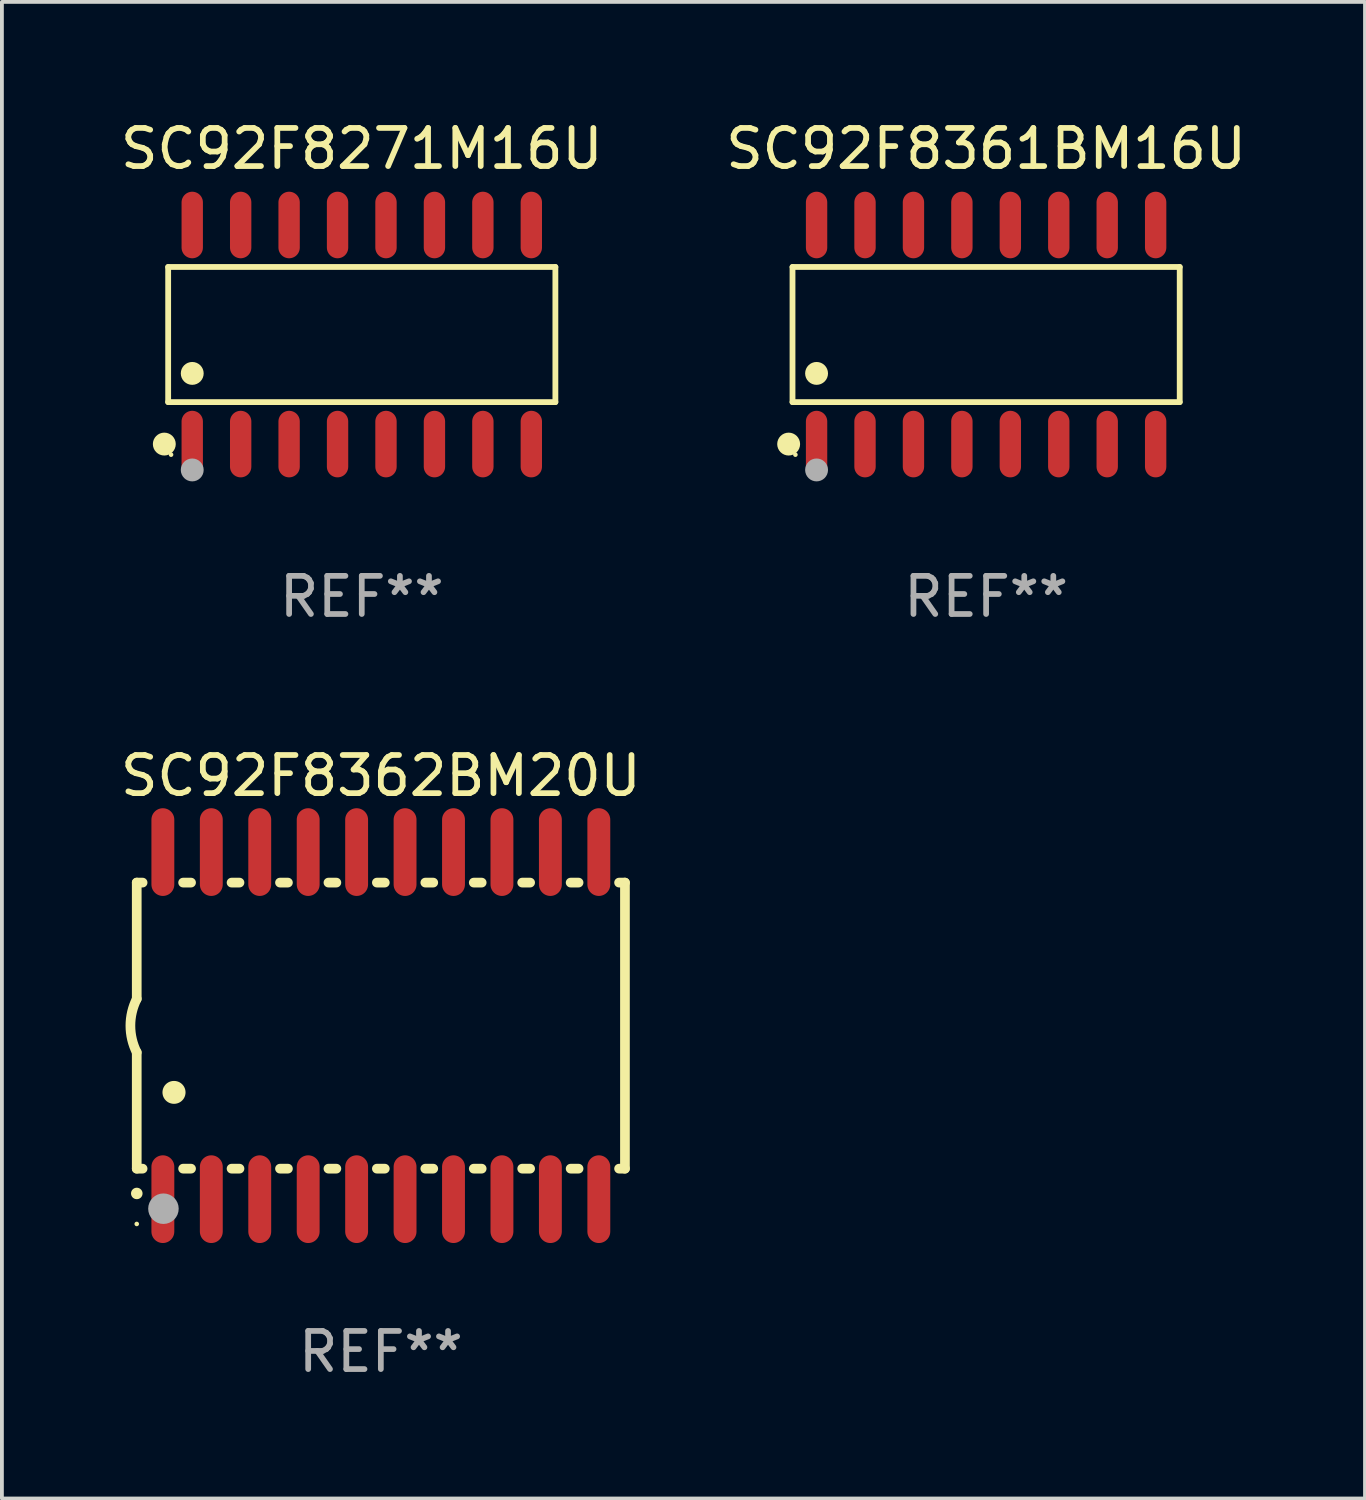
<source format=kicad_pcb>
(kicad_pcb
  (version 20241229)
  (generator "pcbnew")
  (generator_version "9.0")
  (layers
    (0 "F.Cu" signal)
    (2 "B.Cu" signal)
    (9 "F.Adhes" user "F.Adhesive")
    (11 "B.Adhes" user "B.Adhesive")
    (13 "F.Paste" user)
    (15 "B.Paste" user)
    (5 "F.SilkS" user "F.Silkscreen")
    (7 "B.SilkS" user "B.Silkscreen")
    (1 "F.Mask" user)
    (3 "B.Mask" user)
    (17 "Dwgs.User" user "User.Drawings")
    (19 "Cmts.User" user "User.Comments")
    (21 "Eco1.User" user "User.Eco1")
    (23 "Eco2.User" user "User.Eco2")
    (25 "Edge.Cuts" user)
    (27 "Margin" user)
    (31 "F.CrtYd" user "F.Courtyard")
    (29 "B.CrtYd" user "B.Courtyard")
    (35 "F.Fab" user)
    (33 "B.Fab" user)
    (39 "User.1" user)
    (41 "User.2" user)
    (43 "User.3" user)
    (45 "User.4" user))
  (footprint "SC92F8362BM20U"
    (layer "F.Cu")
    (at 6.935 23.84)
    (property "Reference" "SC92F8362BM20U" (at 0 -6.55 0) (layer "F.SilkS") (effects (font (size 1 1) (thickness 0.15))))
    (attr through_hole)
    (fp_line (start -6.4 -3.75) (end -6.4 -0.7) (stroke (width 0.254) (type solid)) (layer "F.SilkS"))
    (fp_line (start -6.4 -3.75) (end -6.246 -3.75) (stroke (width 0.254) (type solid)) (layer "F.SilkS"))
    (fp_line (start -6.4 3.75) (end -6.4 0.7) (stroke (width 0.254) (type solid)) (layer "F.SilkS"))
    (fp_line (start -6.246 3.75) (end -6.4 3.75) (stroke (width 0.254) (type solid)) (layer "F.SilkS"))
    (fp_line (start -5.184 -3.75) (end -4.976 -3.75) (stroke (width 0.254) (type solid)) (layer "F.SilkS"))
    (fp_line (start -4.976 3.75) (end -5.184 3.75) (stroke (width 0.254) (type solid)) (layer "F.SilkS"))
    (fp_line (start -3.914 -3.75) (end -3.706 -3.75) (stroke (width 0.254) (type solid)) (layer "F.SilkS"))
    (fp_line (start -3.706 3.75) (end -3.914 3.75) (stroke (width 0.254) (type solid)) (layer "F.SilkS"))
    (fp_line (start -2.644 -3.75) (end -2.436 -3.75) (stroke (width 0.254) (type solid)) (layer "F.SilkS"))
    (fp_line (start -2.436 3.75) (end -2.644 3.75) (stroke (width 0.254) (type solid)) (layer "F.SilkS"))
    (fp_line (start -1.374 -3.75) (end -1.166 -3.75) (stroke (width 0.254) (type solid)) (layer "F.SilkS"))
    (fp_line (start -1.166 3.75) (end -1.374 3.75) (stroke (width 0.254) (type solid)) (layer "F.SilkS"))
    (fp_line (start -0.104 -3.75) (end 0.104 -3.75) (stroke (width 0.254) (type solid)) (layer "F.SilkS"))
    (fp_line (start 0.104 3.75) (end -0.104 3.75) (stroke (width 0.254) (type solid)) (layer "F.SilkS"))
    (fp_line (start 1.166 -3.75) (end 1.374 -3.75) (stroke (width 0.254) (type solid)) (layer "F.SilkS"))
    (fp_line (start 1.374 3.75) (end 1.166 3.75) (stroke (width 0.254) (type solid)) (layer "F.SilkS"))
    (fp_line (start 2.436 -3.75) (end 2.644 -3.75) (stroke (width 0.254) (type solid)) (layer "F.SilkS"))
    (fp_line (start 2.644 3.75) (end 2.436 3.75) (stroke (width 0.254) (type solid)) (layer "F.SilkS"))
    (fp_line (start 3.706 -3.75) (end 3.914 -3.75) (stroke (width 0.254) (type solid)) (layer "F.SilkS"))
    (fp_line (start 3.914 3.75) (end 3.706 3.75) (stroke (width 0.254) (type solid)) (layer "F.SilkS"))
    (fp_line (start 4.976 -3.75) (end 5.184 -3.75) (stroke (width 0.254) (type solid)) (layer "F.SilkS"))
    (fp_line (start 5.184 3.75) (end 4.976 3.75) (stroke (width 0.254) (type solid)) (layer "F.SilkS"))
    (fp_line (start 6.246 -3.75) (end 6.4 -3.75) (stroke (width 0.254) (type solid)) (layer "F.SilkS"))
    (fp_line (start 6.4 -3.75) (end 6.4 3.75) (stroke (width 0.254) (type solid)) (layer "F.SilkS"))
    (fp_line (start 6.4 3.75) (end 6.246 3.75) (stroke (width 0.254) (type solid)) (layer "F.SilkS"))
    (fp_arc (start -6.400812 0.701041) (mid -6.565912 0.000428) (end -6.400025 -0.7) (stroke (width 0.254001) (type solid)) (layer "F.SilkS"))
    (fp_arc (start -6.400025 4.4) (mid -6.398755 4.399995) (end -6.397485 4.4) (stroke (width 0.3) (type solid)) (layer "F.SilkS"))
    (fp_arc (start -5.425451 1.750064) (mid -5.422911 1.750053) (end -5.420371 1.750064) (stroke (width 0.6) (type solid)) (layer "F.SilkS"))
    (fp_circle (center -6.4 5.2) (end -6.37 5.2) (stroke (width 0.06) (type solid)) (fill no) (layer "F.SilkS"))
    (fp_circle (center -5.7 4.8) (end -5.5 4.8) (stroke (width 0.4) (type solid)) (fill no) (layer "F.Fab"))
    (fp_text user "REF**" (at 0 8.55 0) (layer "F.Fab") (effects (font (size 1 1) (thickness 0.15))))
    (pad "1" smd oval (at -5.715 4.55 180) (size 0.6 2.3) (layers "F.Cu" "F.Mask" "F.Paste"))
    (pad "2" smd oval (at -4.445 4.55 180) (size 0.6 2.3) (layers "F.Cu" "F.Mask" "F.Paste"))
    (pad "3" smd oval (at -3.175 4.55 180) (size 0.6 2.3) (layers "F.Cu" "F.Mask" "F.Paste"))
    (pad "4" smd oval (at -1.905 4.55 180) (size 0.6 2.3) (layers "F.Cu" "F.Mask" "F.Paste"))
    (pad "5" smd oval (at -0.635 4.55 180) (size 0.6 2.3) (layers "F.Cu" "F.Mask" "F.Paste"))
    (pad "6" smd oval (at 0.635 4.55 180) (size 0.6 2.3) (layers "F.Cu" "F.Mask" "F.Paste"))
    (pad "7" smd oval (at 1.905 4.55 180) (size 0.6 2.3) (layers "F.Cu" "F.Mask" "F.Paste"))
    (pad "8" smd oval (at 3.175 4.55 180) (size 0.6 2.3) (layers "F.Cu" "F.Mask" "F.Paste"))
    (pad "9" smd oval (at 4.445 4.55 180) (size 0.6 2.3) (layers "F.Cu" "F.Mask" "F.Paste"))
    (pad "10" smd oval (at 5.715 4.55 180) (size 0.6 2.3) (layers "F.Cu" "F.Mask" "F.Paste"))
    (pad "11" smd oval (at 5.715 -4.55 180) (size 0.6 2.3) (layers "F.Cu" "F.Mask" "F.Paste"))
    (pad "12" smd oval (at 4.445 -4.55 180) (size 0.6 2.3) (layers "F.Cu" "F.Mask" "F.Paste"))
    (pad "13" smd oval (at 3.175 -4.55 180) (size 0.6 2.3) (layers "F.Cu" "F.Mask" "F.Paste"))
    (pad "14" smd oval (at 1.905 -4.55 180) (size 0.6 2.3) (layers "F.Cu" "F.Mask" "F.Paste"))
    (pad "15" smd oval (at 0.635 -4.55 180) (size 0.6 2.3) (layers "F.Cu" "F.Mask" "F.Paste"))
    (pad "16" smd oval (at -0.635 -4.55 180) (size 0.6 2.3) (layers "F.Cu" "F.Mask" "F.Paste"))
    (pad "17" smd oval (at -1.905 -4.55 180) (size 0.6 2.3) (layers "F.Cu" "F.Mask" "F.Paste"))
    (pad "18" smd oval (at -3.175 -4.55 180) (size 0.6 2.3) (layers "F.Cu" "F.Mask" "F.Paste"))
    (pad "19" smd oval (at -4.445 -4.55 180) (size 0.6 2.3) (layers "F.Cu" "F.Mask" "F.Paste"))
    (pad "20" smd oval (at -5.715 -4.55 180) (size 0.6 2.3) (layers "F.Cu" "F.Mask" "F.Paste")))
  (footprint "SC92F8361BM16U"
    (layer "F.Cu")
    (at 22.804 5.721)
    (property "Reference" "SC92F8361BM16U" (at 0 -4.872 0) (layer "F.SilkS") (effects (font (size 1 1) (thickness 0.15))))
    (attr through_hole)
    (fp_line (start -5.076 -1.771) (end 5.076 -1.771) (stroke (width 0.152) (type solid)) (layer "F.SilkS"))
    (fp_line (start -5.076 1.771) (end -5.076 -1.771) (stroke (width 0.152) (type solid)) (layer "F.SilkS"))
    (fp_line (start 5.076 -1.771) (end 5.076 1.771) (stroke (width 0.152) (type solid)) (layer "F.SilkS"))
    (fp_line (start 5.076 1.771) (end -5.076 1.771) (stroke (width 0.152) (type solid)) (layer "F.SilkS"))
    (fp_circle (center -5.177 2.872) (end -5.027 2.872) (stroke (width 0.3) (type solid)) (fill no) (layer "F.SilkS"))
    (fp_circle (center -5 3.15) (end -4.97 3.15) (stroke (width 0.06) (type solid)) (fill no) (layer "F.SilkS"))
    (fp_circle (center -4.445 1.019) (end -4.295 1.019) (stroke (width 0.3) (type solid)) (fill no) (layer "F.SilkS"))
    (fp_circle (center -4.445 3.55) (end -4.295 3.55) (stroke (width 0.3) (type solid)) (fill no) (layer "F.Fab"))
    (fp_text user "REF**" (at 0 6.872 0) (layer "F.Fab") (effects (font (size 1 1) (thickness 0.15))))
    (pad "1" smd oval (at -4.445 2.872) (size 0.56 1.745) (layers "F.Cu" "F.Mask" "F.Paste"))
    (pad "2" smd oval (at -3.175 2.872) (size 0.56 1.745) (layers "F.Cu" "F.Mask" "F.Paste"))
    (pad "3" smd oval (at -1.905 2.872) (size 0.56 1.745) (layers "F.Cu" "F.Mask" "F.Paste"))
    (pad "4" smd oval (at -0.635 2.872) (size 0.56 1.745) (layers "F.Cu" "F.Mask" "F.Paste"))
    (pad "5" smd oval (at 0.635 2.872) (size 0.56 1.745) (layers "F.Cu" "F.Mask" "F.Paste"))
    (pad "6" smd oval (at 1.905 2.872) (size 0.56 1.745) (layers "F.Cu" "F.Mask" "F.Paste"))
    (pad "7" smd oval (at 3.175 2.872) (size 0.56 1.745) (layers "F.Cu" "F.Mask" "F.Paste"))
    (pad "8" smd oval (at 4.445 2.872) (size 0.56 1.745) (layers "F.Cu" "F.Mask" "F.Paste"))
    (pad "9" smd oval (at 4.445 -2.872) (size 0.56 1.745) (layers "F.Cu" "F.Mask" "F.Paste"))
    (pad "10" smd oval (at 3.175 -2.872) (size 0.56 1.745) (layers "F.Cu" "F.Mask" "F.Paste"))
    (pad "11" smd oval (at 1.905 -2.872) (size 0.56 1.745) (layers "F.Cu" "F.Mask" "F.Paste"))
    (pad "12" smd oval (at 0.635 -2.872) (size 0.56 1.745) (layers "F.Cu" "F.Mask" "F.Paste"))
    (pad "13" smd oval (at -0.635 -2.872) (size 0.56 1.745) (layers "F.Cu" "F.Mask" "F.Paste"))
    (pad "14" smd oval (at -1.905 -2.872) (size 0.56 1.745) (layers "F.Cu" "F.Mask" "F.Paste"))
    (pad "15" smd oval (at -3.175 -2.872) (size 0.56 1.745) (layers "F.Cu" "F.Mask" "F.Paste"))
    (pad "16" smd oval (at -4.445 -2.872) (size 0.56 1.745) (layers "F.Cu" "F.Mask" "F.Paste")))
  (footprint "SC92F8271M16U"
    (layer "F.Cu")
    (at 6.435 5.721)
    (property "Reference" "SC92F8271M16U" (at 0 -4.872 0) (layer "F.SilkS") (effects (font (size 1 1) (thickness 0.15))))
    (attr through_hole)
    (fp_line (start -5.076 -1.771) (end 5.076 -1.771) (stroke (width 0.152) (type solid)) (layer "F.SilkS"))
    (fp_line (start -5.076 1.771) (end -5.076 -1.771) (stroke (width 0.152) (type solid)) (layer "F.SilkS"))
    (fp_line (start 5.076 -1.771) (end 5.076 1.771) (stroke (width 0.152) (type solid)) (layer "F.SilkS"))
    (fp_line (start 5.076 1.771) (end -5.076 1.771) (stroke (width 0.152) (type solid)) (layer "F.SilkS"))
    (fp_circle (center -5.177 2.872) (end -5.027 2.872) (stroke (width 0.3) (type solid)) (fill no) (layer "F.SilkS"))
    (fp_circle (center -5 3.15) (end -4.97 3.15) (stroke (width 0.06) (type solid)) (fill no) (layer "F.SilkS"))
    (fp_circle (center -4.445 1.019) (end -4.295 1.019) (stroke (width 0.3) (type solid)) (fill no) (layer "F.SilkS"))
    (fp_circle (center -4.445 3.55) (end -4.295 3.55) (stroke (width 0.3) (type solid)) (fill no) (layer "F.Fab"))
    (fp_text user "REF**" (at 0 6.872 0) (layer "F.Fab") (effects (font (size 1 1) (thickness 0.15))))
    (pad "1" smd oval (at -4.445 2.872) (size 0.56 1.745) (layers "F.Cu" "F.Mask" "F.Paste"))
    (pad "2" smd oval (at -3.175 2.872) (size 0.56 1.745) (layers "F.Cu" "F.Mask" "F.Paste"))
    (pad "3" smd oval (at -1.905 2.872) (size 0.56 1.745) (layers "F.Cu" "F.Mask" "F.Paste"))
    (pad "4" smd oval (at -0.635 2.872) (size 0.56 1.745) (layers "F.Cu" "F.Mask" "F.Paste"))
    (pad "5" smd oval (at 0.635 2.872) (size 0.56 1.745) (layers "F.Cu" "F.Mask" "F.Paste"))
    (pad "6" smd oval (at 1.905 2.872) (size 0.56 1.745) (layers "F.Cu" "F.Mask" "F.Paste"))
    (pad "7" smd oval (at 3.175 2.872) (size 0.56 1.745) (layers "F.Cu" "F.Mask" "F.Paste"))
    (pad "8" smd oval (at 4.445 2.872) (size 0.56 1.745) (layers "F.Cu" "F.Mask" "F.Paste"))
    (pad "9" smd oval (at 4.445 -2.872) (size 0.56 1.745) (layers "F.Cu" "F.Mask" "F.Paste"))
    (pad "10" smd oval (at 3.175 -2.872) (size 0.56 1.745) (layers "F.Cu" "F.Mask" "F.Paste"))
    (pad "11" smd oval (at 1.905 -2.872) (size 0.56 1.745) (layers "F.Cu" "F.Mask" "F.Paste"))
    (pad "12" smd oval (at 0.635 -2.872) (size 0.56 1.745) (layers "F.Cu" "F.Mask" "F.Paste"))
    (pad "13" smd oval (at -0.635 -2.872) (size 0.56 1.745) (layers "F.Cu" "F.Mask" "F.Paste"))
    (pad "14" smd oval (at -1.905 -2.872) (size 0.56 1.745) (layers "F.Cu" "F.Mask" "F.Paste"))
    (pad "15" smd oval (at -3.175 -2.872) (size 0.56 1.745) (layers "F.Cu" "F.Mask" "F.Paste"))
    (pad "16" smd oval (at -4.445 -2.872) (size 0.56 1.745) (layers "F.Cu" "F.Mask" "F.Paste")))
  (gr_rect
    (start -3 -3)
    (end 32.738 36.238)
    (stroke (width 0.1) (type default))
    (fill no)
    (layer "Edge.Cuts")))
</source>
